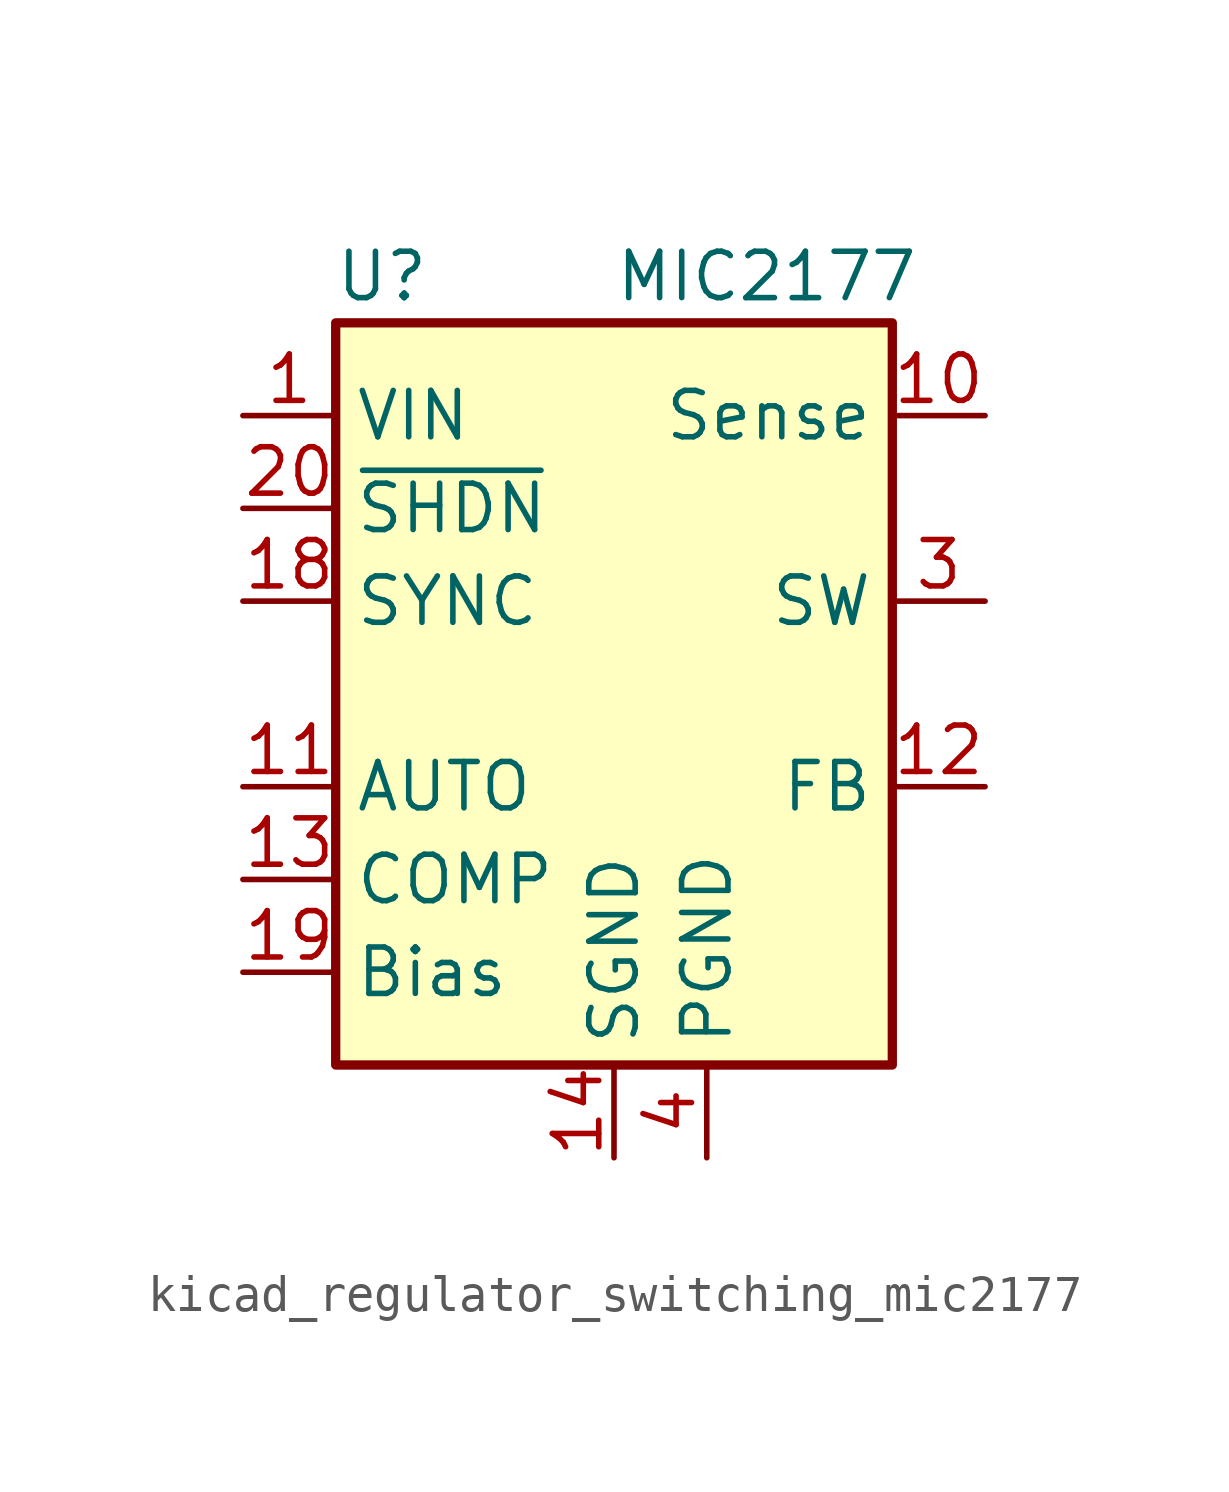
<source format=kicad_sym>
(kicad_symbol_lib
  (version 20220914)
  (generator kicad_symbol_editor)
  (symbol "kicad_regulator_switching_mic2177"
    (property "Reference" "U"
      (at -6.35 13.97 0)
      (effects (font (size 1.27 1.27))))
    (property "Value" "MIC2177"
      (at 0 13.97 0)
      (effects (font (size 1.27 1.27)) (justify left)))
    (symbol "kicad_regulator_switching_mic2177_0_1"
      (rectangle (start -7.62 12.7) (end 7.62 -7.62) (stroke (width 0.254) (type default)) (fill (type background))))
    (symbol "kicad_regulator_switching_mic2177_1_1"
      (pin power_in line (at -10.16 10.16 0) (length 2.54) (name "VIN" (effects (font (size 1.27 1.27)))) (number "1" (effects (font (size 1.27 1.27)))))
      (pin input line (at 10.16 10.16 180) (length 2.54) (name "Sense" (effects (font (size 1.27 1.27)))) (number "10" (effects (font (size 1.27 1.27)))))
      (pin input line (at -10.16 0 0) (length 2.54) (name "AUTO" (effects (font (size 1.27 1.27)))) (number "11" (effects (font (size 1.27 1.27)))))
      (pin input line (at 10.16 0 180) (length 2.54) (name "FB" (effects (font (size 1.27 1.27)))) (number "12" (effects (font (size 1.27 1.27)))))
      (pin input line (at -10.16 -2.54 0) (length 2.54) (name "COMP" (effects (font (size 1.27 1.27)))) (number "13" (effects (font (size 1.27 1.27)))))
      (pin power_in line (at 0 -10.16 90) (length 2.54) (name "SGND" (effects (font (size 1.27 1.27)))) (number "14" (effects (font (size 1.27 1.27)))))
      (pin passive line (at 0 -10.16 90) (length 2.54) hide (name "SGND" (effects (font (size 1.27 1.27)))) (number "15" (effects (font (size 1.27 1.27)))))
      (pin passive line (at 0 -10.16 90) (length 2.54) hide (name "SGND" (effects (font (size 1.27 1.27)))) (number "16" (effects (font (size 1.27 1.27)))))
      (pin passive line (at 0 -10.16 90) (length 2.54) hide (name "SGND" (effects (font (size 1.27 1.27)))) (number "17" (effects (font (size 1.27 1.27)))))
      (pin input line (at -10.16 5.08 0) (length 2.54) (name "SYNC" (effects (font (size 1.27 1.27)))) (number "18" (effects (font (size 1.27 1.27)))))
      (pin input line (at -10.16 -5.08 0) (length 2.54) (name "Bias" (effects (font (size 1.27 1.27)))) (number "19" (effects (font (size 1.27 1.27)))))
      (pin passive line (at -10.16 10.16 0) (length 2.54) hide (name "VIN" (effects (font (size 1.27 1.27)))) (number "2" (effects (font (size 1.27 1.27)))))
      (pin input line (at -10.16 7.62 0) (length 2.54) (name "~{SHDN}" (effects (font (size 1.27 1.27)))) (number "20" (effects (font (size 1.27 1.27)))))
      (pin output line (at 10.16 5.08 180) (length 2.54) (name "SW" (effects (font (size 1.27 1.27)))) (number "3" (effects (font (size 1.27 1.27)))))
      (pin power_in line (at 2.54 -10.16 90) (length 2.54) (name "PGND" (effects (font (size 1.27 1.27)))) (number "4" (effects (font (size 1.27 1.27)))))
      (pin passive line (at 2.54 -10.16 90) (length 2.54) hide (name "PGND" (effects (font (size 1.27 1.27)))) (number "5" (effects (font (size 1.27 1.27)))))
      (pin passive line (at 2.54 -10.16 90) (length 2.54) hide (name "PGND" (effects (font (size 1.27 1.27)))) (number "6" (effects (font (size 1.27 1.27)))))
      (pin passive line (at 2.54 -10.16 90) (length 2.54) hide (name "PGND" (effects (font (size 1.27 1.27)))) (number "7" (effects (font (size 1.27 1.27)))))
      (pin passive line (at 10.16 5.08 180) (length 2.54) hide (name "SW" (effects (font (size 1.27 1.27)))) (number "8" (effects (font (size 1.27 1.27)))))
      (pin passive line (at -10.16 10.16 0) (length 2.54) hide (name "VIN" (effects (font (size 1.27 1.27)))) (number "9" (effects (font (size 1.27 1.27))))))))
</source>
